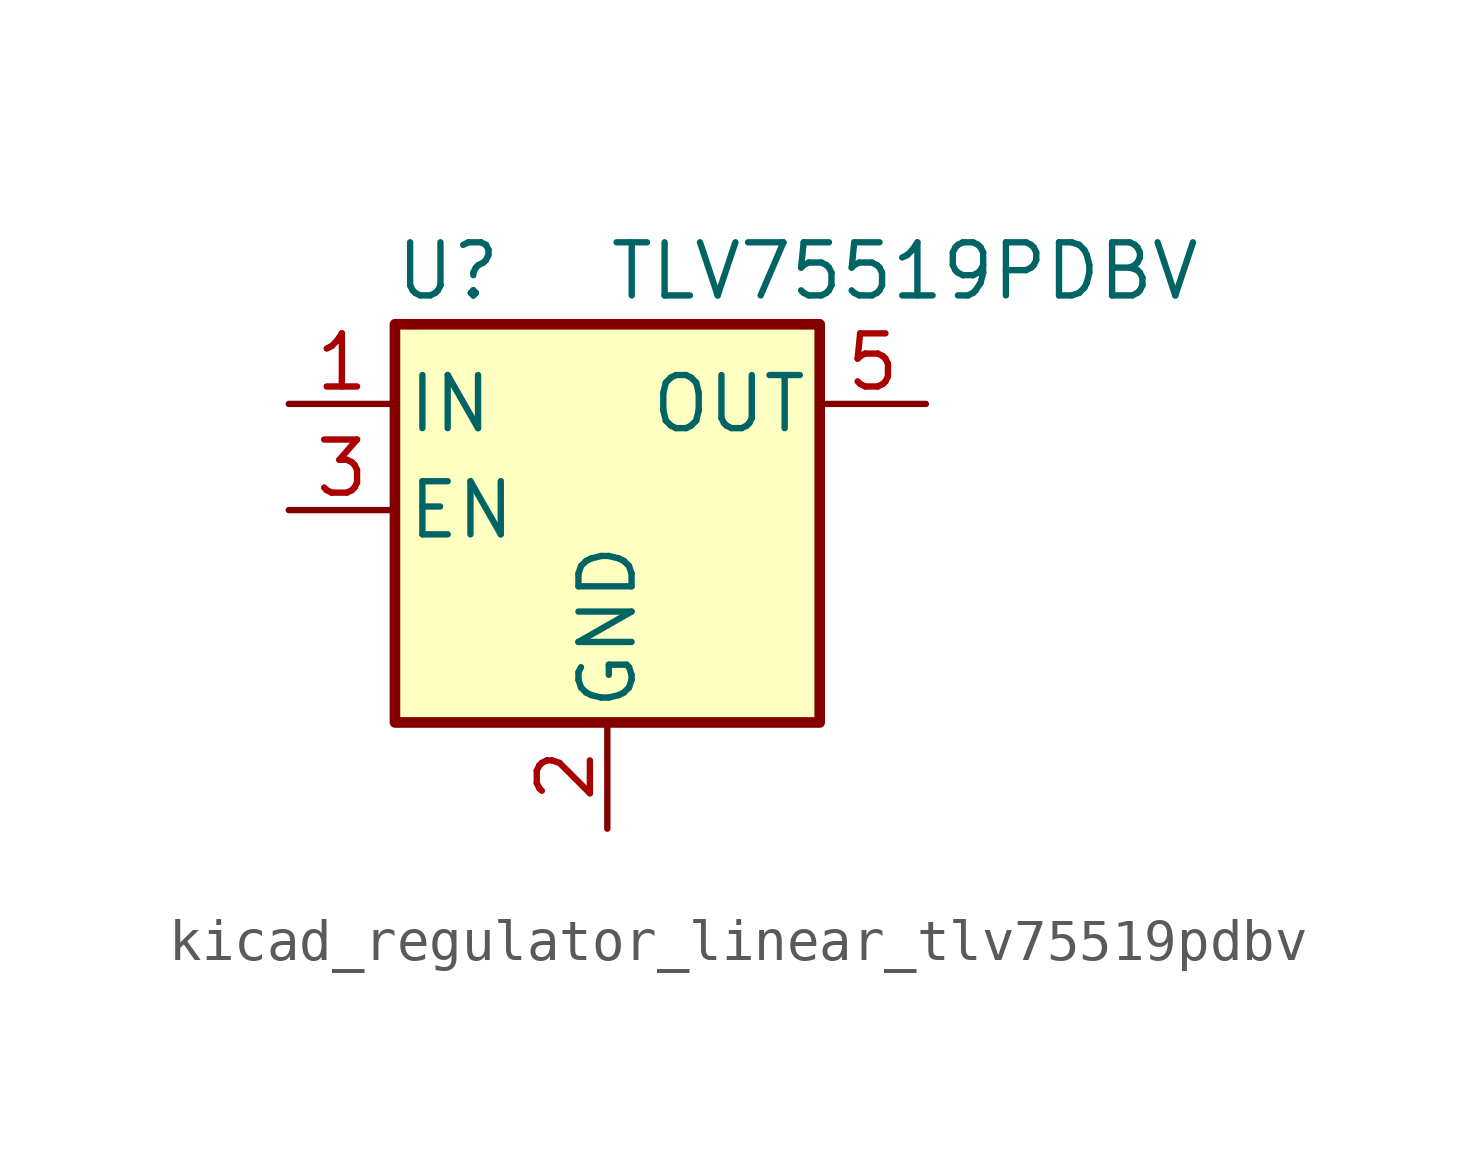
<source format=kicad_sym>
(kicad_symbol_lib
  (version 20220914)
  (generator kicad_symbol_editor)
  (symbol "kicad_regulator_linear_tlv75519pdbv"
    (pin_names
      (offset 0.254))
    (property "Reference" "U"
      (at -3.81 5.715 0)
      (effects (font (size 1.27 1.27))))
    (property "Value" "TLV75519PDBV"
      (at 0 5.715 0)
      (effects (font (size 1.27 1.27)) (justify left)))
    (symbol "kicad_regulator_linear_tlv75519pdbv_0_1"
      (rectangle (start -5.08 4.445) (end 5.08 -5.08) (stroke (width 0.254) (type default)) (fill (type background))))
    (symbol "kicad_regulator_linear_tlv75519pdbv_1_1"
      (pin power_in line (at -7.62 2.54 0) (length 2.54) (name "IN" (effects (font (size 1.27 1.27)))) (number "1" (effects (font (size 1.27 1.27)))))
      (pin power_in line (at 0 -7.62 90) (length 2.54) (name "GND" (effects (font (size 1.27 1.27)))) (number "2" (effects (font (size 1.27 1.27)))))
      (pin input line (at -7.62 0 0) (length 2.54) (name "EN" (effects (font (size 1.27 1.27)))) (number "3" (effects (font (size 1.27 1.27)))))
      (pin no_connect line (at 5.08 0 180) (length 2.54) hide (name "NC" (effects (font (size 1.27 1.27)))) (number "4" (effects (font (size 1.27 1.27)))))
      (pin power_out line (at 7.62 2.54 180) (length 2.54) (name "OUT" (effects (font (size 1.27 1.27)))) (number "5" (effects (font (size 1.27 1.27))))))))
</source>
